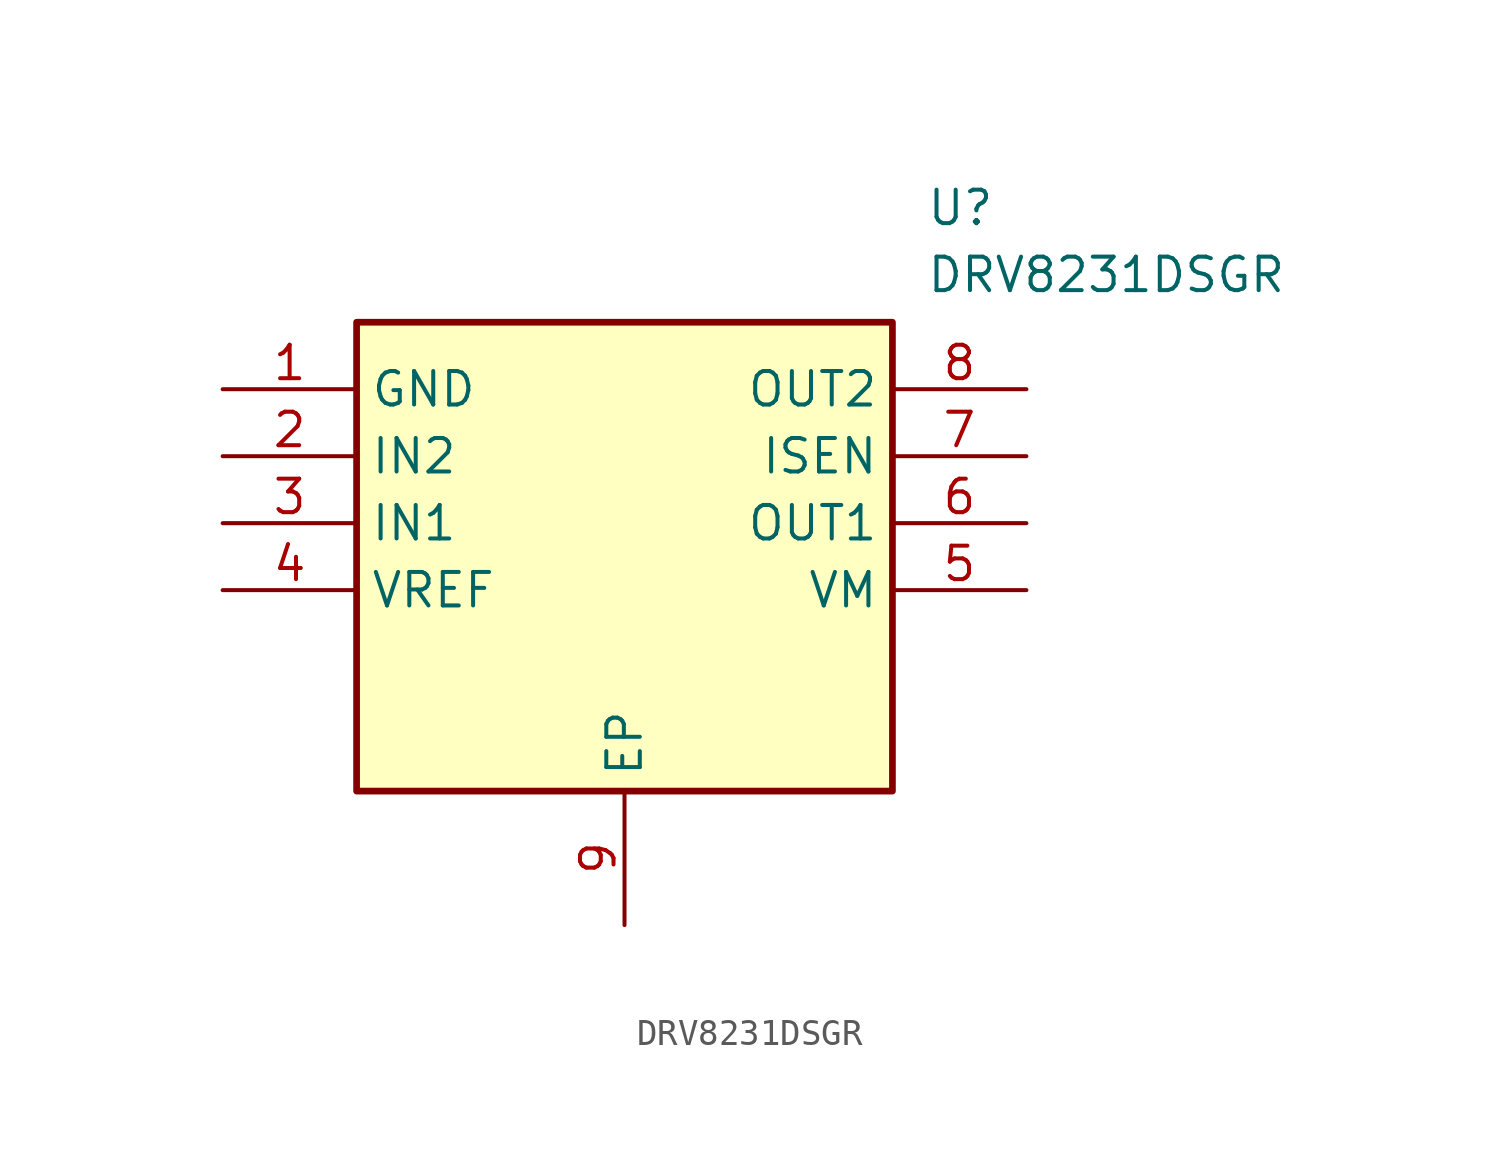
<source format=kicad_sym>
(kicad_symbol_lib
  (version 20231120)
  (generator "kicad_symbol_editor")
  (generator_version "8.0")
  (symbol "DRV8231DSGR"
    (property "Reference" "U"
      (at 26.67 7.62 0)
      (effects (font (size 1.27 1.27)) (justify left top)))
    (property "Value" "DRV8231DSGR"
      (at 26.67 5.08 0)
      (effects (font (size 1.27 1.27)) (justify left top)))
    (symbol "DRV8231DSGR_1_1"
      (rectangle (start 5.08 2.54) (end 25.4 -15.24) (stroke (width 0.254) (type default)) (fill (type background)))
      (pin passive line (at 0 0 0) (length 5.08) (name "GND" (effects (font (size 1.27 1.27)))) (number "1" (effects (font (size 1.27 1.27)))))
      (pin passive line (at 0 -2.54 0) (length 5.08) (name "IN2" (effects (font (size 1.27 1.27)))) (number "2" (effects (font (size 1.27 1.27)))))
      (pin passive line (at 0 -5.08 0) (length 5.08) (name "IN1" (effects (font (size 1.27 1.27)))) (number "3" (effects (font (size 1.27 1.27)))))
      (pin passive line (at 0 -7.62 0) (length 5.08) (name "VREF" (effects (font (size 1.27 1.27)))) (number "4" (effects (font (size 1.27 1.27)))))
      (pin passive line (at 30.48 -7.62 180) (length 5.08) (name "VM" (effects (font (size 1.27 1.27)))) (number "5" (effects (font (size 1.27 1.27)))))
      (pin passive line (at 30.48 -5.08 180) (length 5.08) (name "OUT1" (effects (font (size 1.27 1.27)))) (number "6" (effects (font (size 1.27 1.27)))))
      (pin passive line (at 30.48 -2.54 180) (length 5.08) (name "ISEN" (effects (font (size 1.27 1.27)))) (number "7" (effects (font (size 1.27 1.27)))))
      (pin passive line (at 30.48 0 180) (length 5.08) (name "OUT2" (effects (font (size 1.27 1.27)))) (number "8" (effects (font (size 1.27 1.27)))))
      (pin passive line (at 15.24 -20.32 90) (length 5.08) (name "EP" (effects (font (size 1.27 1.27)))) (number "9" (effects (font (size 1.27 1.27))))))))
</source>
